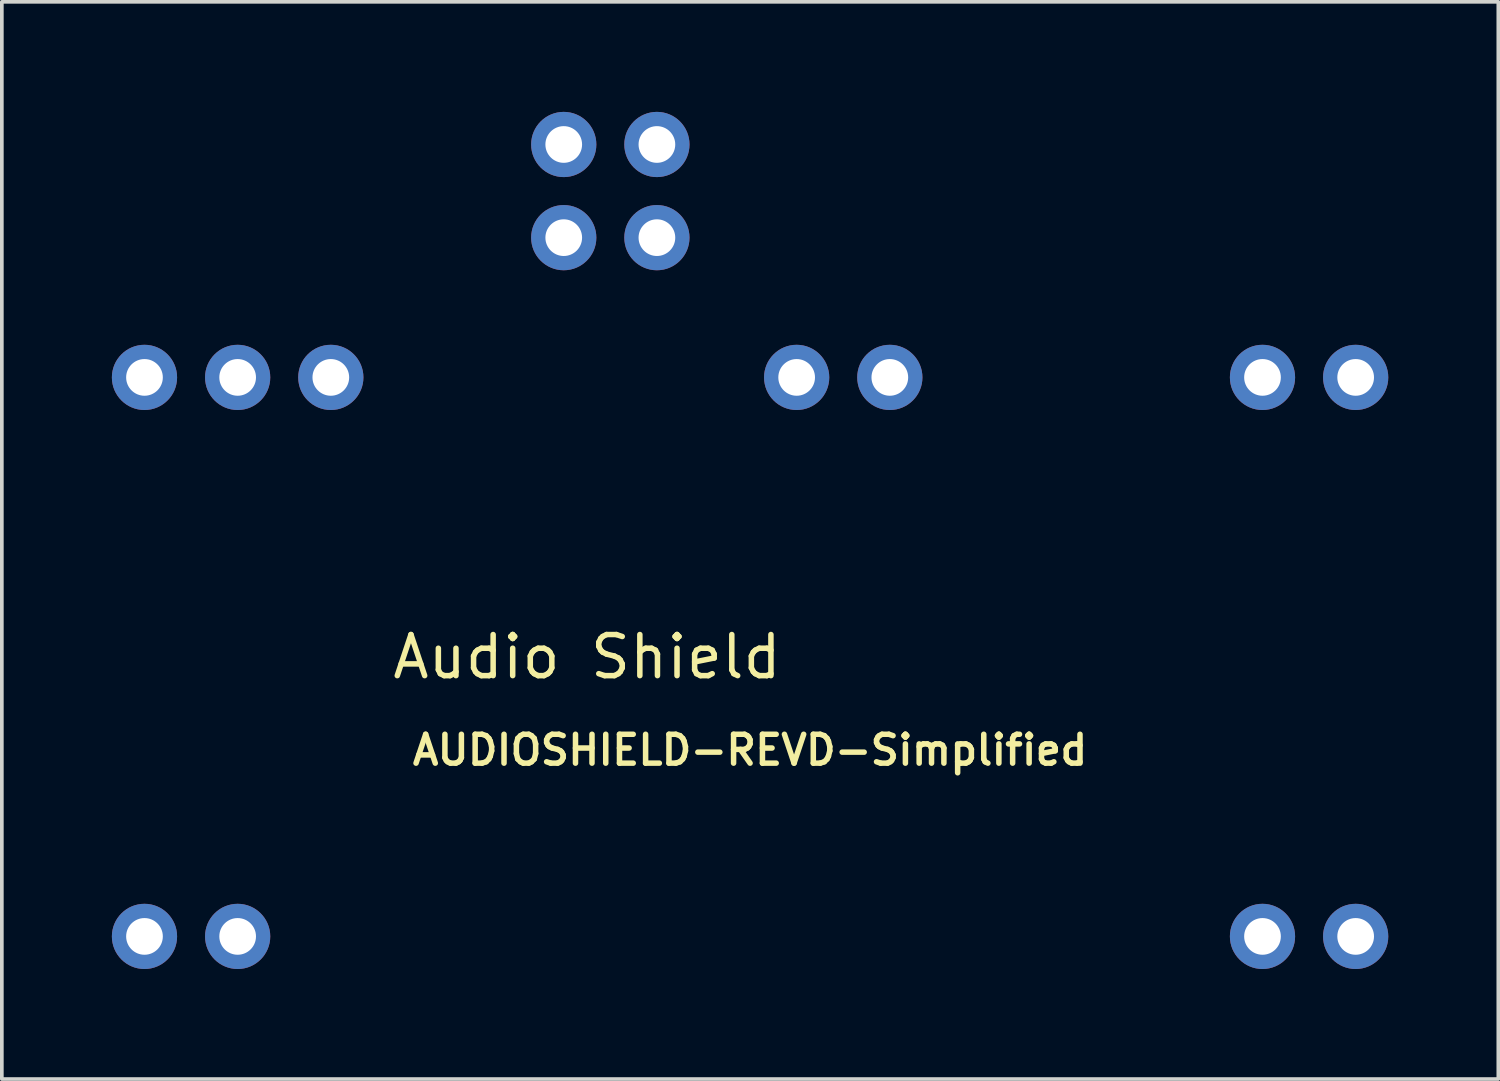
<source format=kicad_pcb>
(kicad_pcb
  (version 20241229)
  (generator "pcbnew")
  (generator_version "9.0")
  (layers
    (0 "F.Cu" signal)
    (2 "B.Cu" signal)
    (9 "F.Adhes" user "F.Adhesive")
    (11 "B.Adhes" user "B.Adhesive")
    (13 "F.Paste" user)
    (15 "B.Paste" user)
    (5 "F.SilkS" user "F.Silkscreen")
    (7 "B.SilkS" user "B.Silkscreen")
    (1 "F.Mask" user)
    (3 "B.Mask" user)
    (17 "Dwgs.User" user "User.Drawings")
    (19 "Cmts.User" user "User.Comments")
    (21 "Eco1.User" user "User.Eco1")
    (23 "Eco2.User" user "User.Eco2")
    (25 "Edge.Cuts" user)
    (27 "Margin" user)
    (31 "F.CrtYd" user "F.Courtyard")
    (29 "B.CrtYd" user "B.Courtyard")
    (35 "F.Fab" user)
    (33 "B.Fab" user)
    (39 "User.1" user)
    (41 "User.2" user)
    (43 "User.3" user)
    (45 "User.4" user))
  (footprint "AUDIOSHIELD-REVD-Simplified"
    (layer "F.Cu")
    (at 17.399 17.399)
    (property "Reference" "AUDIOSHIELD-REVD-Simplified" (at 0 0 0) (layer "F.SilkS") (effects (font (size 0.787 0.787) (thickness 0.15))))
    (attr through_hole)
    (fp_text user "Audio Shield" (at -4.445 -2.54 0) (layer "F.SilkS") (effects (font (size 1.12 1.12) (thickness 0.15))))
    (pad "0" thru_hole circle (at -13.97 5.08) (size 1.778 1.778) (drill 1) (layers "*.Cu" "*.Mask"))
    (pad "3V" thru_hole circle (at -11.43 -10.16) (size 1.778 1.778) (drill 1) (layers "*.Cu" "*.Mask"))
    (pad "5V" thru_hole circle (at -16.51 -10.16) (size 1.778 1.778) (drill 1) (layers "*.Cu" "*.Mask"))
    (pad "11" thru_hole circle (at 13.97 5.08) (size 1.778 1.778) (drill 1) (layers "*.Cu" "*.Mask"))
    (pad "12" thru_hole circle (at 16.51 5.08) (size 1.778 1.778) (drill 1) (layers "*.Cu" "*.Mask"))
    (pad "13" thru_hole circle (at 16.51 -10.16) (size 1.778 1.778) (drill 1) (layers "*.Cu" "*.Mask"))
    (pad "14" thru_hole circle (at 13.97 -10.16) (size 1.778 1.778) (drill 1) (layers "*.Cu" "*.Mask"))
    (pad "18" thru_hole circle (at 3.81 -10.16) (size 1.778 1.778) (drill 1) (layers "*.Cu" "*.Mask"))
    (pad "19" thru_hole circle (at 1.27 -10.16) (size 1.778 1.778) (drill 1) (layers "*.Cu" "*.Mask"))
    (pad "G" thru_hole circle (at -13.97 -10.16) (size 1.778 1.778) (drill 1) (layers "*.Cu" "*.Mask"))
    (pad "GND" thru_hole circle (at -16.51 5.08) (size 1.778 1.778) (drill 1) (layers "*.Cu" "*.Mask"))
    (pad "INGND1" thru_hole circle (at -5.08 -16.51) (size 1.778 1.778) (drill 1) (layers "*.Cu" "*.Mask"))
    (pad "INGND2" thru_hole circle (at -2.54 -16.51) (size 1.778 1.778) (drill 1) (layers "*.Cu" "*.Mask"))
    (pad "INL" thru_hole circle (at -5.08 -13.97) (size 1.778 1.778) (drill 1) (layers "*.Cu" "*.Mask"))
    (pad "INR" thru_hole circle (at -2.54 -13.97) (size 1.778 1.778) (drill 1) (layers "*.Cu" "*.Mask")))
  (gr_rect
    (start -3 -3)
    (end 37.798 26.368)
    (stroke (width 0.1) (type default))
    (fill no)
    (layer "Edge.Cuts")))
</source>
